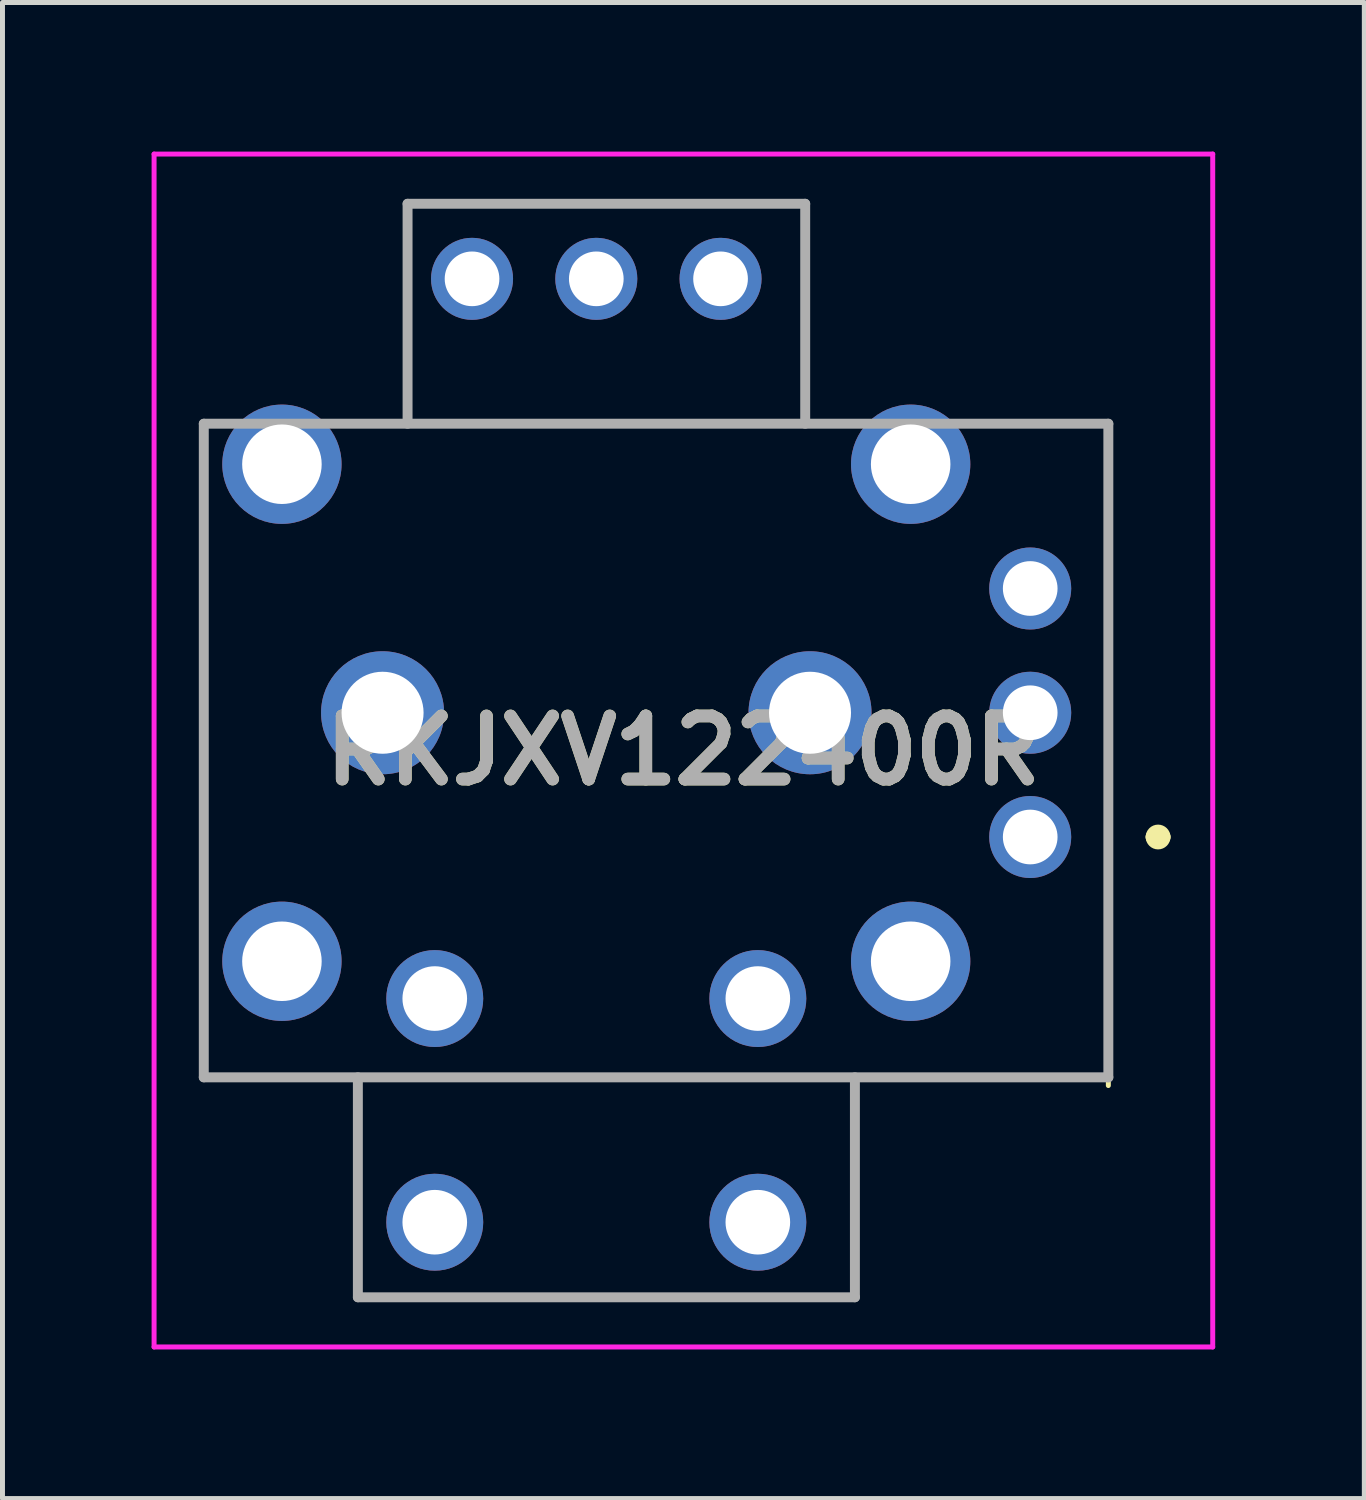
<source format=kicad_pcb>
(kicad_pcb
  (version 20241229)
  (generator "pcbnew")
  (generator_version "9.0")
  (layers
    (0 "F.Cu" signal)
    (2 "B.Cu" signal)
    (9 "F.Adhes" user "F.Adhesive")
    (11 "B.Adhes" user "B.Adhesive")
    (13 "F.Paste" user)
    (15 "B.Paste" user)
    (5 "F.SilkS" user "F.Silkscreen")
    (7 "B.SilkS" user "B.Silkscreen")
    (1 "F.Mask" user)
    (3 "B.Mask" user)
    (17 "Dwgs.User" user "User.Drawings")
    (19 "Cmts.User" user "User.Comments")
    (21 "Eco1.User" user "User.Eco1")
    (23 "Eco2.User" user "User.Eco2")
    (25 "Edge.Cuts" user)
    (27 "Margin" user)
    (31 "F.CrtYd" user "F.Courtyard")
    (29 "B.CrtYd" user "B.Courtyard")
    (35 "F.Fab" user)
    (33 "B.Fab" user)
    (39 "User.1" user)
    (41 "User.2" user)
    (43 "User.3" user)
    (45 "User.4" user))
  (footprint "RKJXV122400R"
    (layer "F.Cu")
    (at 17.677 13.79)
    (property "Reference" "RKJXV122400R" (at -6.978 -1.74 0) (layer "F.SilkS") (effects (font (size 1.27 1.27) (thickness 0.254))))
    (attr through_hole)
    (fp_line (start -16.627 -5) (end -16.627 4.835) (stroke (width 0.1) (type solid)) (layer "F.SilkS"))
    (fp_line (start -16.627 4.835) (end -3.527 4.835) (stroke (width 0.1) (type solid)) (layer "F.SilkS"))
    (fp_line (start 1.572 -8.315) (end 1.572 5) (stroke (width 0.1) (type solid)) (layer "F.SilkS"))
    (fp_line (start 2.473 0) (end 2.473 0) (stroke (width 0.3) (type solid)) (layer "F.SilkS"))
    (fp_line (start 2.672 0) (end 2.672 0) (stroke (width 0.3) (type solid)) (layer "F.SilkS"))
    (fp_arc (start 2.473 0) (mid 2.5725 -0.0995) (end 2.672 0) (stroke (width 0.3) (type solid)) (layer "F.SilkS"))
    (fp_arc (start 2.672 0) (mid 2.5725 0.0995) (end 2.473 0) (stroke (width 0.3) (type solid)) (layer "F.SilkS"))
    (fp_line (start -17.627 -13.74) (end 3.672 -13.74) (stroke (width 0.1) (type solid)) (layer "F.CrtYd"))
    (fp_line (start -17.627 10.26) (end -17.627 -13.74) (stroke (width 0.1) (type solid)) (layer "F.CrtYd"))
    (fp_line (start 3.672 -13.74) (end 3.672 10.26) (stroke (width 0.1) (type solid)) (layer "F.CrtYd"))
    (fp_line (start 3.672 10.26) (end -17.627 10.26) (stroke (width 0.1) (type solid)) (layer "F.CrtYd"))
    (fp_line (start -16.627 -8.315) (end 1.572 -8.315) (stroke (width 0.2) (type solid)) (layer "F.Fab"))
    (fp_line (start -16.627 4.835) (end -16.627 -8.315) (stroke (width 0.2) (type solid)) (layer "F.Fab"))
    (fp_line (start -13.527 4.835) (end -13.527 9.26) (stroke (width 0.2) (type solid)) (layer "F.Fab"))
    (fp_line (start -13.527 9.26) (end -3.527 9.26) (stroke (width 0.2) (type solid)) (layer "F.Fab"))
    (fp_line (start -12.527 -12.74) (end -4.527 -12.74) (stroke (width 0.2) (type solid)) (layer "F.Fab"))
    (fp_line (start -12.527 -8.315) (end -12.527 -12.74) (stroke (width 0.2) (type solid)) (layer "F.Fab"))
    (fp_line (start -4.527 -12.74) (end -4.527 -8.315) (stroke (width 0.2) (type solid)) (layer "F.Fab"))
    (fp_line (start -3.527 9.26) (end -3.527 4.835) (stroke (width 0.2) (type solid)) (layer "F.Fab"))
    (fp_line (start 1.572 -8.315) (end 1.572 4.835) (stroke (width 0.2) (type solid)) (layer "F.Fab"))
    (fp_line (start 1.572 4.835) (end -16.627 4.835) (stroke (width 0.2) (type solid)) (layer "F.Fab"))
    (fp_text user "${REFERENCE}" (at -6.978 -1.74 0) (layer "F.Fab") (effects (font (size 1.27 1.27) (thickness 0.254))))
    (pad "A1" thru_hole circle (at -11.98 3.25) (size 1.95 1.95) (drill 1.3) (layers "*.Cu" "*.Mask"))
    (pad "A11" thru_hole circle (at 0 0) (size 1.65 1.65) (drill 1.1) (layers "*.Cu" "*.Mask"))
    (pad "A12" thru_hole circle (at 0 -2.5) (size 1.65 1.65) (drill 1.1) (layers "*.Cu" "*.Mask"))
    (pad "A13" thru_hole circle (at 0 -5) (size 1.65 1.65) (drill 1.1) (layers "*.Cu" "*.Mask"))
    (pad "B1" thru_hole circle (at -11.98 7.75) (size 1.95 1.95) (drill 1.3) (layers "*.Cu" "*.Mask"))
    (pad "B11" thru_hole circle (at -6.23 -11.23) (size 1.65 1.65) (drill 1.1) (layers "*.Cu" "*.Mask"))
    (pad "B12" thru_hole circle (at -8.73 -11.23) (size 1.65 1.65) (drill 1.1) (layers "*.Cu" "*.Mask"))
    (pad "B13" thru_hole circle (at -11.23 -11.23) (size 1.65 1.65) (drill 1.1) (layers "*.Cu" "*.Mask"))
    (pad "C1" thru_hole circle (at -5.48 3.25) (size 1.95 1.95) (drill 1.3) (layers "*.Cu" "*.Mask"))
    (pad "D1" thru_hole circle (at -5.48 7.75) (size 1.95 1.95) (drill 1.3) (layers "*.Cu" "*.Mask"))
    (pad "MH1" thru_hole circle (at -15.055 2.5) (size 2.4 2.4) (drill 1.6) (layers "*.Cu" "*.Mask"))
    (pad "MH2" thru_hole circle (at -15.055 -7.5) (size 2.4 2.4) (drill 1.6) (layers "*.Cu" "*.Mask"))
    (pad "MH3" thru_hole circle (at -2.405 2.5) (size 2.4 2.4) (drill 1.6) (layers "*.Cu" "*.Mask"))
    (pad "MH4" thru_hole circle (at -2.405 -7.5) (size 2.4 2.4) (drill 1.6) (layers "*.Cu" "*.Mask"))
    (pad "MH5" thru_hole circle (at -13.03 -2.5) (size 2.475 2.475) (drill 1.65) (layers "*.Cu" "*.Mask"))
    (pad "MH6" thru_hole circle (at -4.43 -2.5) (size 2.475 2.475) (drill 1.65) (layers "*.Cu" "*.Mask")))
  (gr_rect
    (start -3 -3)
    (end 24.399 27.1)
    (stroke (width 0.1) (type default))
    (fill no)
    (layer "Edge.Cuts")))
</source>
